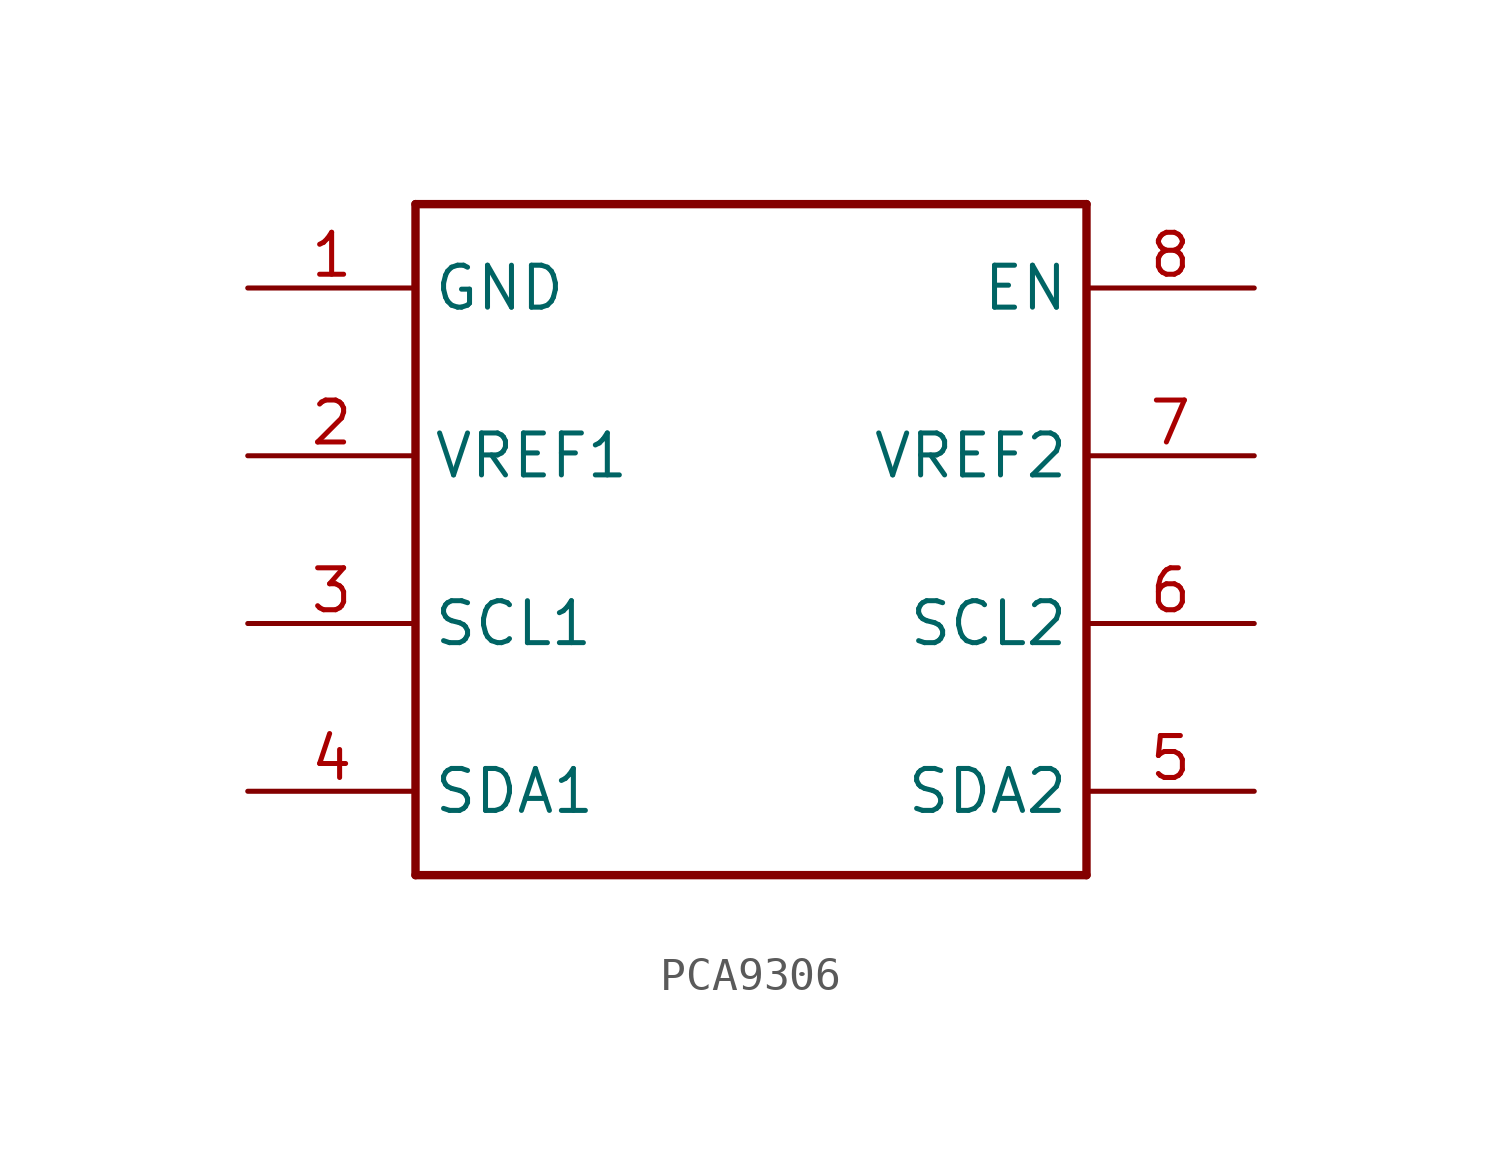
<source format=kicad_sym>
(kicad_symbol_lib
  (version 20211014)
  (generator kicad_symbol_editor)
  (symbol "PCA9306"
    (property "Reference" ""
      (at 0 0 0)
      (effects (font (size 1.27 1.27)) hide))
    (property "ki_locked" ""
      (at 0 0 0)
      (effects (font (size 1.27 1.27))))
    (symbol "PCA9306_1_0"
      (polyline (pts (xy -10.16 -10.16) (xy 10.16 -10.16)) (stroke (width 0.254) (type default) (color 0 0 0 0)) (fill (type none)))
      (polyline (pts (xy -10.16 10.16) (xy -10.16 -10.16)) (stroke (width 0.254) (type default) (color 0 0 0 0)) (fill (type none)))
      (polyline (pts (xy 10.16 -10.16) (xy 10.16 10.16)) (stroke (width 0.254) (type default) (color 0 0 0 0)) (fill (type none)))
      (polyline (pts (xy 10.16 10.16) (xy -10.16 10.16)) (stroke (width 0.254) (type default) (color 0 0 0 0)) (fill (type none)))
      (pin power_in line (at -15.24 7.62 0) (length 5.08) (name "GND" (effects (font (size 1.27 1.27)))) (number "1" (effects (font (size 1.27 1.27)))))
      (pin bidirectional line (at -15.24 2.54 0) (length 5.08) (name "VREF1" (effects (font (size 1.27 1.27)))) (number "2" (effects (font (size 1.27 1.27)))))
      (pin bidirectional line (at -15.24 -2.54 0) (length 5.08) (name "SCL1" (effects (font (size 1.27 1.27)))) (number "3" (effects (font (size 1.27 1.27)))))
      (pin bidirectional line (at -15.24 -7.62 0) (length 5.08) (name "SDA1" (effects (font (size 1.27 1.27)))) (number "4" (effects (font (size 1.27 1.27)))))
      (pin bidirectional line (at 15.24 -7.62 180) (length 5.08) (name "SDA2" (effects (font (size 1.27 1.27)))) (number "5" (effects (font (size 1.27 1.27)))))
      (pin bidirectional line (at 15.24 -2.54 180) (length 5.08) (name "SCL2" (effects (font (size 1.27 1.27)))) (number "6" (effects (font (size 1.27 1.27)))))
      (pin bidirectional line (at 15.24 2.54 180) (length 5.08) (name "VREF2" (effects (font (size 1.27 1.27)))) (number "7" (effects (font (size 1.27 1.27)))))
      (pin bidirectional line (at 15.24 7.62 180) (length 5.08) (name "EN" (effects (font (size 1.27 1.27)))) (number "8" (effects (font (size 1.27 1.27))))))))
</source>
